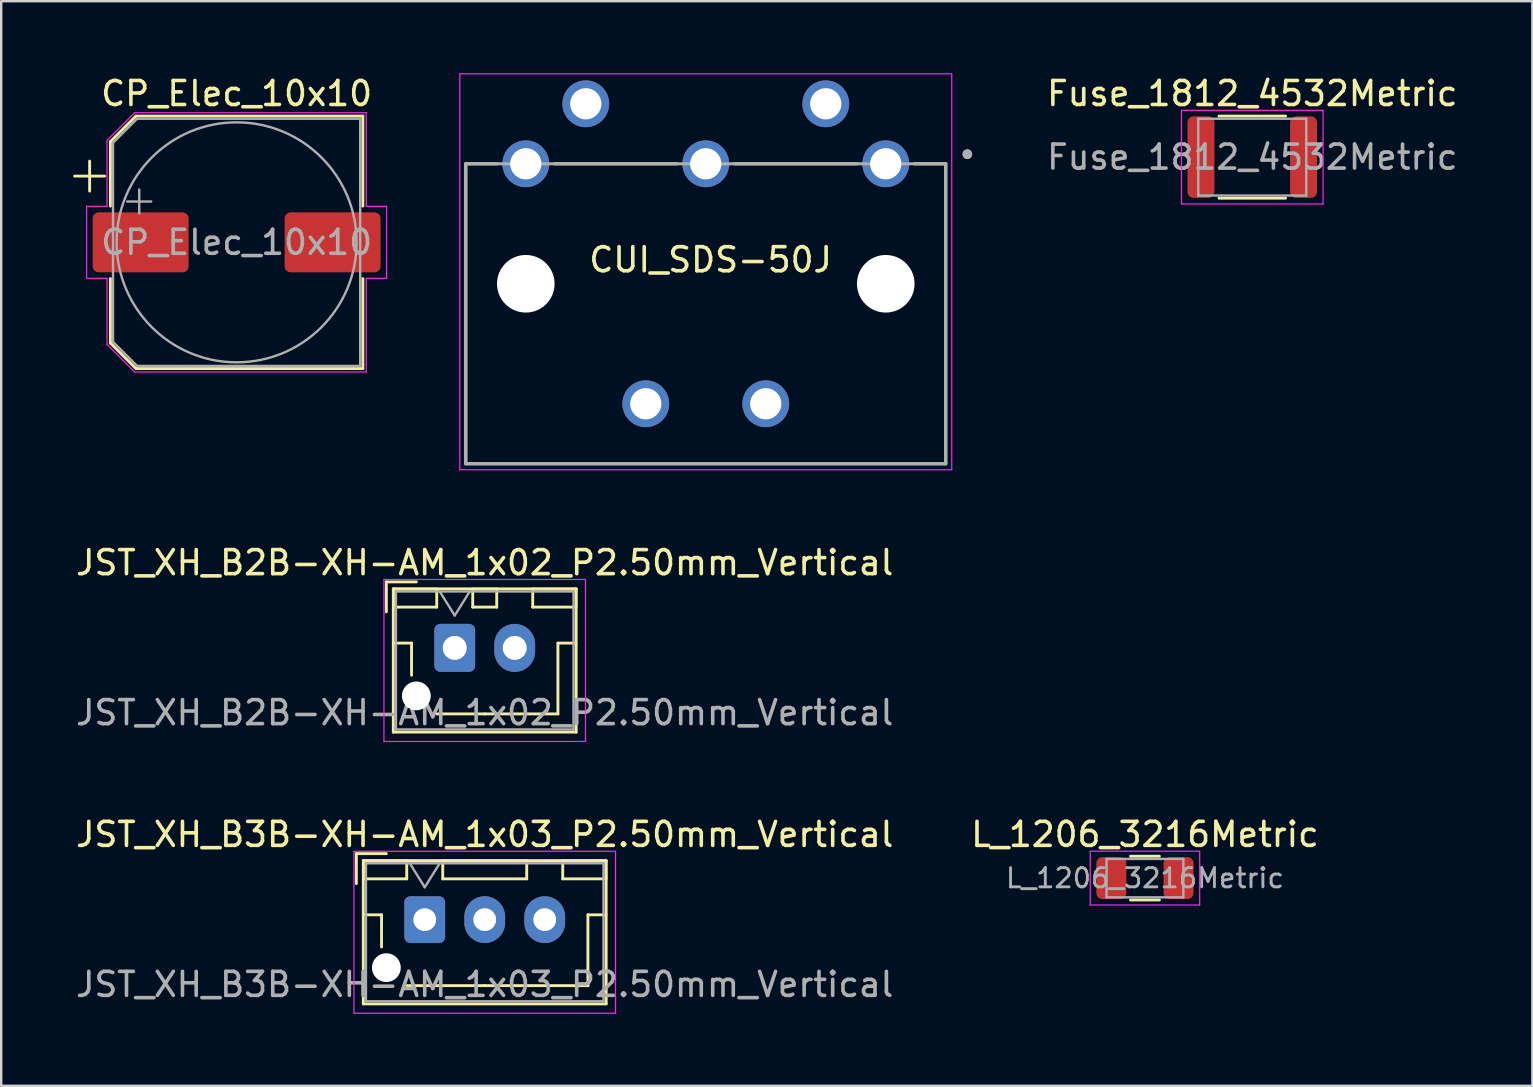
<source format=kicad_pcb>
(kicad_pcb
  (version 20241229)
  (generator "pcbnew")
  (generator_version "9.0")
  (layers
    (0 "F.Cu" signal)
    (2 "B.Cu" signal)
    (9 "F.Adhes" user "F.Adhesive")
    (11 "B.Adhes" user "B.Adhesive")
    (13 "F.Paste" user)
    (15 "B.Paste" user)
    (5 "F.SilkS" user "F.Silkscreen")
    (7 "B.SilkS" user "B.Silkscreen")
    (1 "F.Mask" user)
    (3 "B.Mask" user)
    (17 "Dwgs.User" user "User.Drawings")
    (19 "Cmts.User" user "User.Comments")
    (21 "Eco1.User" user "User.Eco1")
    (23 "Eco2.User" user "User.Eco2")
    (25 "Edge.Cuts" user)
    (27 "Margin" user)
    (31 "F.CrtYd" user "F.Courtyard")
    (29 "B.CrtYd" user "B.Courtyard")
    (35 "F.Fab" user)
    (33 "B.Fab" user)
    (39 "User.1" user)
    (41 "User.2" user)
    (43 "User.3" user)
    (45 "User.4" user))
  (footprint "Fuse_1812_4532Metric"
    (layer "F.Cu")
    (at 49.133 3.498)
    (property "Reference" "Fuse_1812_4532Metric" (at 0 -2.65 0) (layer "F.SilkS") (effects (font (size 1 1) (thickness 0.15))))
    (attr smd)
    (fp_line (start -1.386 -1.71) (end 1.386 -1.71) (stroke (width 0.12) (type solid)) (layer "F.SilkS"))
    (fp_line (start -1.386 1.71) (end 1.386 1.71) (stroke (width 0.12) (type solid)) (layer "F.SilkS"))
    (fp_line (start -2.95 -1.95) (end 2.95 -1.95) (stroke (width 0.05) (type solid)) (layer "F.CrtYd"))
    (fp_line (start -2.95 1.95) (end -2.95 -1.95) (stroke (width 0.05) (type solid)) (layer "F.CrtYd"))
    (fp_line (start 2.95 -1.95) (end 2.95 1.95) (stroke (width 0.05) (type solid)) (layer "F.CrtYd"))
    (fp_line (start 2.95 1.95) (end -2.95 1.95) (stroke (width 0.05) (type solid)) (layer "F.CrtYd"))
    (fp_line (start -2.25 -1.6) (end 2.25 -1.6) (stroke (width 0.1) (type solid)) (layer "F.Fab"))
    (fp_line (start -2.25 1.6) (end -2.25 -1.6) (stroke (width 0.1) (type solid)) (layer "F.Fab"))
    (fp_line (start 2.25 -1.6) (end 2.25 1.6) (stroke (width 0.1) (type solid)) (layer "F.Fab"))
    (fp_line (start 2.25 1.6) (end -2.25 1.6) (stroke (width 0.1) (type solid)) (layer "F.Fab"))
    (fp_text user "${REFERENCE}" (at 0 0 0) (layer "F.Fab") (effects (font (size 1 1) (thickness 0.15))))
    (pad "1" smd roundrect (at -2.138 0) (size 1.125 3.4) (layers "F.Cu" "F.Mask" "F.Paste") (roundrect_rratio 0.222))
    (pad "2" smd roundrect (at 2.138 0) (size 1.125 3.4) (layers "F.Cu" "F.Mask" "F.Paste") (roundrect_rratio 0.222)))
  (footprint "CP_Elec_10x10"
    (layer "F.Cu")
    (at 6.81 7.048)
    (property "Reference" "CP_Elec_10x10" (at 0 -6.2 0) (layer "F.SilkS") (effects (font (size 1 1) (thickness 0.15))))
    (attr smd)
    (fp_line (start -6.75 -2.76) (end -5.5 -2.76) (stroke (width 0.12) (type solid)) (layer "F.SilkS"))
    (fp_line (start -6.125 -3.385) (end -6.125 -2.135) (stroke (width 0.12) (type solid)) (layer "F.SilkS"))
    (fp_line (start -5.26 -4.196) (end -5.26 -1.51) (stroke (width 0.12) (type solid)) (layer "F.SilkS"))
    (fp_line (start -5.26 -4.196) (end -4.196 -5.26) (stroke (width 0.12) (type solid)) (layer "F.SilkS"))
    (fp_line (start -5.26 4.196) (end -5.26 1.51) (stroke (width 0.12) (type solid)) (layer "F.SilkS"))
    (fp_line (start -5.26 4.196) (end -4.196 5.26) (stroke (width 0.12) (type solid)) (layer "F.SilkS"))
    (fp_line (start -4.196 -5.26) (end 5.26 -5.26) (stroke (width 0.12) (type solid)) (layer "F.SilkS"))
    (fp_line (start -4.196 5.26) (end 5.26 5.26) (stroke (width 0.12) (type solid)) (layer "F.SilkS"))
    (fp_line (start 5.26 -5.26) (end 5.26 -1.51) (stroke (width 0.12) (type solid)) (layer "F.SilkS"))
    (fp_line (start 5.26 5.26) (end 5.26 1.51) (stroke (width 0.12) (type solid)) (layer "F.SilkS"))
    (fp_line (start -6.25 -1.5) (end -6.25 1.5) (stroke (width 0.05) (type solid)) (layer "F.CrtYd"))
    (fp_line (start -6.25 1.5) (end -5.4 1.5) (stroke (width 0.05) (type solid)) (layer "F.CrtYd"))
    (fp_line (start -5.4 -4.25) (end -5.4 -1.5) (stroke (width 0.05) (type solid)) (layer "F.CrtYd"))
    (fp_line (start -5.4 -4.25) (end -4.25 -5.4) (stroke (width 0.05) (type solid)) (layer "F.CrtYd"))
    (fp_line (start -5.4 -1.5) (end -6.25 -1.5) (stroke (width 0.05) (type solid)) (layer "F.CrtYd"))
    (fp_line (start -5.4 1.5) (end -5.4 4.25) (stroke (width 0.05) (type solid)) (layer "F.CrtYd"))
    (fp_line (start -5.4 4.25) (end -4.25 5.4) (stroke (width 0.05) (type solid)) (layer "F.CrtYd"))
    (fp_line (start -4.25 -5.4) (end 5.4 -5.4) (stroke (width 0.05) (type solid)) (layer "F.CrtYd"))
    (fp_line (start -4.25 5.4) (end 5.4 5.4) (stroke (width 0.05) (type solid)) (layer "F.CrtYd"))
    (fp_line (start 5.4 -5.4) (end 5.4 -1.5) (stroke (width 0.05) (type solid)) (layer "F.CrtYd"))
    (fp_line (start 5.4 -1.5) (end 6.25 -1.5) (stroke (width 0.05) (type solid)) (layer "F.CrtYd"))
    (fp_line (start 5.4 1.5) (end 5.4 5.4) (stroke (width 0.05) (type solid)) (layer "F.CrtYd"))
    (fp_line (start 6.25 -1.5) (end 6.25 1.5) (stroke (width 0.05) (type solid)) (layer "F.CrtYd"))
    (fp_line (start 6.25 1.5) (end 5.4 1.5) (stroke (width 0.05) (type solid)) (layer "F.CrtYd"))
    (fp_line (start -5.15 -4.15) (end -5.15 4.15) (stroke (width 0.1) (type solid)) (layer "F.Fab"))
    (fp_line (start -5.15 -4.15) (end -4.15 -5.15) (stroke (width 0.1) (type solid)) (layer "F.Fab"))
    (fp_line (start -5.15 4.15) (end -4.15 5.15) (stroke (width 0.1) (type solid)) (layer "F.Fab"))
    (fp_line (start -4.558 -1.7) (end -3.558 -1.7) (stroke (width 0.1) (type solid)) (layer "F.Fab"))
    (fp_line (start -4.15 -5.15) (end 5.15 -5.15) (stroke (width 0.1) (type solid)) (layer "F.Fab"))
    (fp_line (start -4.15 5.15) (end 5.15 5.15) (stroke (width 0.1) (type solid)) (layer "F.Fab"))
    (fp_line (start -4.058 -2.2) (end -4.058 -1.2) (stroke (width 0.1) (type solid)) (layer "F.Fab"))
    (fp_line (start 5.15 -5.15) (end 5.15 5.15) (stroke (width 0.1) (type solid)) (layer "F.Fab"))
    (fp_circle (center 0 0) (end 5 0) (stroke (width 0.1) (type solid)) (fill no) (layer "F.Fab"))
    (fp_text user "${REFERENCE}" (at 0 0 0) (layer "F.Fab") (effects (font (size 1 1) (thickness 0.15))))
    (pad "1" smd roundrect (at -4 0) (size 4 2.5) (layers "F.Cu" "F.Mask" "F.Paste") (roundrect_rratio 0.1))
    (pad "2" smd roundrect (at 4 0) (size 4 2.5) (layers "F.Cu" "F.Mask" "F.Paste") (roundrect_rratio 0.1)))
  (footprint "JST_XH_B3B-XH-AM_1x03_P2.50mm_Vertical"
    (layer "F.Cu")
    (at 14.649 35.272)
    (property "Reference" "JST_XH_B3B-XH-AM_1x03_P2.50mm_Vertical" (at 2.5 -3.55 0) (layer "F.SilkS") (effects (font (size 1 1) (thickness 0.15))))
    (attr through_hole)
    (fp_line (start -2.85 -2.75) (end -2.85 -1.5) (stroke (width 0.12) (type solid)) (layer "F.SilkS"))
    (fp_line (start -2.56 -2.46) (end -2.56 3.51) (stroke (width 0.12) (type solid)) (layer "F.SilkS"))
    (fp_line (start -2.56 3.51) (end 7.56 3.51) (stroke (width 0.12) (type solid)) (layer "F.SilkS"))
    (fp_line (start -2.55 -2.45) (end -2.55 -1.7) (stroke (width 0.12) (type solid)) (layer "F.SilkS"))
    (fp_line (start -2.55 -1.7) (end -0.75 -1.7) (stroke (width 0.12) (type solid)) (layer "F.SilkS"))
    (fp_line (start -2.55 -0.2) (end -1.8 -0.2) (stroke (width 0.12) (type solid)) (layer "F.SilkS"))
    (fp_line (start -1.8 -0.2) (end -1.8 1.14) (stroke (width 0.12) (type solid)) (layer "F.SilkS"))
    (fp_line (start -1.6 -2.75) (end -2.85 -2.75) (stroke (width 0.12) (type solid)) (layer "F.SilkS"))
    (fp_line (start -0.75 -2.45) (end -2.55 -2.45) (stroke (width 0.12) (type solid)) (layer "F.SilkS"))
    (fp_line (start -0.75 -1.7) (end -0.75 -2.45) (stroke (width 0.12) (type solid)) (layer "F.SilkS"))
    (fp_line (start 0.75 -2.45) (end 0.75 -1.7) (stroke (width 0.12) (type solid)) (layer "F.SilkS"))
    (fp_line (start 0.75 -1.7) (end 4.25 -1.7) (stroke (width 0.12) (type solid)) (layer "F.SilkS"))
    (fp_line (start 2.5 2.75) (end -0.74 2.75) (stroke (width 0.12) (type solid)) (layer "F.SilkS"))
    (fp_line (start 4.25 -2.45) (end 0.75 -2.45) (stroke (width 0.12) (type solid)) (layer "F.SilkS"))
    (fp_line (start 4.25 -1.7) (end 4.25 -2.45) (stroke (width 0.12) (type solid)) (layer "F.SilkS"))
    (fp_line (start 5.75 -2.45) (end 5.75 -1.7) (stroke (width 0.12) (type solid)) (layer "F.SilkS"))
    (fp_line (start 5.75 -1.7) (end 7.55 -1.7) (stroke (width 0.12) (type solid)) (layer "F.SilkS"))
    (fp_line (start 6.8 -0.2) (end 6.8 2.75) (stroke (width 0.12) (type solid)) (layer "F.SilkS"))
    (fp_line (start 6.8 2.75) (end 2.5 2.75) (stroke (width 0.12) (type solid)) (layer "F.SilkS"))
    (fp_line (start 7.55 -2.45) (end 5.75 -2.45) (stroke (width 0.12) (type solid)) (layer "F.SilkS"))
    (fp_line (start 7.55 -1.7) (end 7.55 -2.45) (stroke (width 0.12) (type solid)) (layer "F.SilkS"))
    (fp_line (start 7.55 -0.2) (end 6.8 -0.2) (stroke (width 0.12) (type solid)) (layer "F.SilkS"))
    (fp_line (start 7.56 -2.46) (end -2.56 -2.46) (stroke (width 0.12) (type solid)) (layer "F.SilkS"))
    (fp_line (start 7.56 3.51) (end 7.56 -2.46) (stroke (width 0.12) (type solid)) (layer "F.SilkS"))
    (fp_line (start -2.95 -2.85) (end -2.95 3.9) (stroke (width 0.05) (type solid)) (layer "F.CrtYd"))
    (fp_line (start -2.95 3.9) (end 7.95 3.9) (stroke (width 0.05) (type solid)) (layer "F.CrtYd"))
    (fp_line (start 7.95 -2.85) (end -2.95 -2.85) (stroke (width 0.05) (type solid)) (layer "F.CrtYd"))
    (fp_line (start 7.95 3.9) (end 7.95 -2.85) (stroke (width 0.05) (type solid)) (layer "F.CrtYd"))
    (fp_line (start -2.45 -2.35) (end -2.45 3.4) (stroke (width 0.1) (type solid)) (layer "F.Fab"))
    (fp_line (start -2.45 3.4) (end 7.45 3.4) (stroke (width 0.1) (type solid)) (layer "F.Fab"))
    (fp_line (start -0.625 -2.35) (end 0 -1.35) (stroke (width 0.1) (type solid)) (layer "F.Fab"))
    (fp_line (start 0 -1.35) (end 0.625 -2.35) (stroke (width 0.1) (type solid)) (layer "F.Fab"))
    (fp_line (start 7.45 -2.35) (end -2.45 -2.35) (stroke (width 0.1) (type solid)) (layer "F.Fab"))
    (fp_line (start 7.45 3.4) (end 7.45 -2.35) (stroke (width 0.1) (type solid)) (layer "F.Fab"))
    (fp_text user "${REFERENCE}" (at 2.5 2.7 0) (layer "F.Fab") (effects (font (size 1 1) (thickness 0.15))))
    (pad "" np_thru_hole circle (at -1.6 2) (size 1.2 1.2) (drill 1.2) (layers "*.Cu" "*.Mask"))
    (pad "1" thru_hole roundrect (at 0 0) (size 1.7 1.95) (drill 0.95) (layers "*.Cu" "*.Mask") (roundrect_rratio 0.147))
    (pad "2" thru_hole oval (at 2.5 0) (size 1.7 1.95) (drill 0.95) (layers "*.Cu" "*.Mask"))
    (pad "3" thru_hole oval (at 5 0) (size 1.7 1.95) (drill 0.95) (layers "*.Cu" "*.Mask")))
  (footprint "L_1206_3216Metric"
    (layer "F.Cu")
    (at 44.661 33.541)
    (property "Reference" "L_1206_3216Metric" (at 0 -1.82 0) (layer "F.SilkS") (effects (font (size 1 1) (thickness 0.15))))
    (attr smd)
    (fp_line (start -0.602 -0.91) (end 0.602 -0.91) (stroke (width 0.12) (type solid)) (layer "F.SilkS"))
    (fp_line (start -0.602 0.91) (end 0.602 0.91) (stroke (width 0.12) (type solid)) (layer "F.SilkS"))
    (fp_line (start -2.28 -1.12) (end 2.28 -1.12) (stroke (width 0.05) (type solid)) (layer "F.CrtYd"))
    (fp_line (start -2.28 1.12) (end -2.28 -1.12) (stroke (width 0.05) (type solid)) (layer "F.CrtYd"))
    (fp_line (start 2.28 -1.12) (end 2.28 1.12) (stroke (width 0.05) (type solid)) (layer "F.CrtYd"))
    (fp_line (start 2.28 1.12) (end -2.28 1.12) (stroke (width 0.05) (type solid)) (layer "F.CrtYd"))
    (fp_line (start -1.6 -0.8) (end 1.6 -0.8) (stroke (width 0.1) (type solid)) (layer "F.Fab"))
    (fp_line (start -1.6 0.8) (end -1.6 -0.8) (stroke (width 0.1) (type solid)) (layer "F.Fab"))
    (fp_line (start 1.6 -0.8) (end 1.6 0.8) (stroke (width 0.1) (type solid)) (layer "F.Fab"))
    (fp_line (start 1.6 0.8) (end -1.6 0.8) (stroke (width 0.1) (type solid)) (layer "F.Fab"))
    (fp_text user "${REFERENCE}" (at 0 0 0) (layer "F.Fab") (effects (font (size 0.8 0.8) (thickness 0.12))))
    (pad "1" smd roundrect (at -1.4 0) (size 1.25 1.75) (layers "F.Cu" "F.Mask" "F.Paste") (roundrect_rratio 0.2))
    (pad "2" smd roundrect (at 1.4 0) (size 1.25 1.75) (layers "F.Cu" "F.Mask" "F.Paste") (roundrect_rratio 0.2)))
  (footprint "JST_XH_B2B-XH-AM_1x02_P2.50mm_Vertical"
    (layer "F.Cu")
    (at 15.899 23.948)
    (property "Reference" "JST_XH_B2B-XH-AM_1x02_P2.50mm_Vertical" (at 1.25 -3.55 0) (layer "F.SilkS") (effects (font (size 1 1) (thickness 0.15))))
    (attr through_hole)
    (fp_line (start -2.85 -2.75) (end -2.85 -1.5) (stroke (width 0.12) (type solid)) (layer "F.SilkS"))
    (fp_line (start -2.56 -2.46) (end -2.56 3.51) (stroke (width 0.12) (type solid)) (layer "F.SilkS"))
    (fp_line (start -2.56 3.51) (end 5.06 3.51) (stroke (width 0.12) (type solid)) (layer "F.SilkS"))
    (fp_line (start -2.55 -2.45) (end -2.55 -1.7) (stroke (width 0.12) (type solid)) (layer "F.SilkS"))
    (fp_line (start -2.55 -1.7) (end -0.75 -1.7) (stroke (width 0.12) (type solid)) (layer "F.SilkS"))
    (fp_line (start -2.55 -0.2) (end -1.8 -0.2) (stroke (width 0.12) (type solid)) (layer "F.SilkS"))
    (fp_line (start -1.8 -0.2) (end -1.8 1.14) (stroke (width 0.12) (type solid)) (layer "F.SilkS"))
    (fp_line (start -1.6 -2.75) (end -2.85 -2.75) (stroke (width 0.12) (type solid)) (layer "F.SilkS"))
    (fp_line (start -0.75 -2.45) (end -2.55 -2.45) (stroke (width 0.12) (type solid)) (layer "F.SilkS"))
    (fp_line (start -0.75 -1.7) (end -0.75 -2.45) (stroke (width 0.12) (type solid)) (layer "F.SilkS"))
    (fp_line (start 0.75 -2.45) (end 0.75 -1.7) (stroke (width 0.12) (type solid)) (layer "F.SilkS"))
    (fp_line (start 0.75 -1.7) (end 1.75 -1.7) (stroke (width 0.12) (type solid)) (layer "F.SilkS"))
    (fp_line (start 1.25 2.75) (end -0.74 2.75) (stroke (width 0.12) (type solid)) (layer "F.SilkS"))
    (fp_line (start 1.75 -2.45) (end 0.75 -2.45) (stroke (width 0.12) (type solid)) (layer "F.SilkS"))
    (fp_line (start 1.75 -1.7) (end 1.75 -2.45) (stroke (width 0.12) (type solid)) (layer "F.SilkS"))
    (fp_line (start 3.25 -2.45) (end 3.25 -1.7) (stroke (width 0.12) (type solid)) (layer "F.SilkS"))
    (fp_line (start 3.25 -1.7) (end 5.05 -1.7) (stroke (width 0.12) (type solid)) (layer "F.SilkS"))
    (fp_line (start 4.3 -0.2) (end 4.3 2.75) (stroke (width 0.12) (type solid)) (layer "F.SilkS"))
    (fp_line (start 4.3 2.75) (end 1.25 2.75) (stroke (width 0.12) (type solid)) (layer "F.SilkS"))
    (fp_line (start 5.05 -2.45) (end 3.25 -2.45) (stroke (width 0.12) (type solid)) (layer "F.SilkS"))
    (fp_line (start 5.05 -1.7) (end 5.05 -2.45) (stroke (width 0.12) (type solid)) (layer "F.SilkS"))
    (fp_line (start 5.05 -0.2) (end 4.3 -0.2) (stroke (width 0.12) (type solid)) (layer "F.SilkS"))
    (fp_line (start 5.06 -2.46) (end -2.56 -2.46) (stroke (width 0.12) (type solid)) (layer "F.SilkS"))
    (fp_line (start 5.06 3.51) (end 5.06 -2.46) (stroke (width 0.12) (type solid)) (layer "F.SilkS"))
    (fp_line (start -2.95 -2.85) (end -2.95 3.9) (stroke (width 0.05) (type solid)) (layer "F.CrtYd"))
    (fp_line (start -2.95 3.9) (end 5.45 3.9) (stroke (width 0.05) (type solid)) (layer "F.CrtYd"))
    (fp_line (start 5.45 -2.85) (end -2.95 -2.85) (stroke (width 0.05) (type solid)) (layer "F.CrtYd"))
    (fp_line (start 5.45 3.9) (end 5.45 -2.85) (stroke (width 0.05) (type solid)) (layer "F.CrtYd"))
    (fp_line (start -2.45 -2.35) (end -2.45 3.4) (stroke (width 0.1) (type solid)) (layer "F.Fab"))
    (fp_line (start -2.45 3.4) (end 4.95 3.4) (stroke (width 0.1) (type solid)) (layer "F.Fab"))
    (fp_line (start -0.625 -2.35) (end 0 -1.35) (stroke (width 0.1) (type solid)) (layer "F.Fab"))
    (fp_line (start 0 -1.35) (end 0.625 -2.35) (stroke (width 0.1) (type solid)) (layer "F.Fab"))
    (fp_line (start 4.95 -2.35) (end -2.45 -2.35) (stroke (width 0.1) (type solid)) (layer "F.Fab"))
    (fp_line (start 4.95 3.4) (end 4.95 -2.35) (stroke (width 0.1) (type solid)) (layer "F.Fab"))
    (fp_text user "${REFERENCE}" (at 1.25 2.7 0) (layer "F.Fab") (effects (font (size 1 1) (thickness 0.15))))
    (pad "" np_thru_hole circle (at -1.6 2) (size 1.2 1.2) (drill 1.2) (layers "*.Cu" "*.Mask"))
    (pad "1" thru_hole roundrect (at 0 0) (size 1.7 2) (drill 1) (layers "*.Cu" "*.Mask") (roundrect_rratio 0.147))
    (pad "2" thru_hole oval (at 2.5 0) (size 1.7 2) (drill 1) (layers "*.Cu" "*.Mask")))
  (footprint "CUI_SDS-50J"
    (layer "F.Cu")
    (at 26.36 3.775)
    (property "Reference" "CUI_SDS-50J" (at 0.2 4 0) (layer "F.SilkS") (effects (font (size 1.001 1.001) (thickness 0.15))))
    (attr through_hole)
    (fp_line (start -10 0) (end -10 12.5) (stroke (width 0.127) (type solid)) (layer "F.SilkS"))
    (fp_line (start -10 0) (end -8.7 0) (stroke (width 0.127) (type solid)) (layer "F.SilkS"))
    (fp_line (start -10 12.5) (end 10 12.5) (stroke (width 0.127) (type solid)) (layer "F.SilkS"))
    (fp_line (start -6.3 0) (end -1.2 0) (stroke (width 0.127) (type solid)) (layer "F.SilkS"))
    (fp_line (start 1.2 0) (end 6.3 0) (stroke (width 0.127) (type solid)) (layer "F.SilkS"))
    (fp_line (start 10 0) (end 8.7 0) (stroke (width 0.127) (type solid)) (layer "F.SilkS"))
    (fp_line (start 10 12.5) (end 10 0) (stroke (width 0.127) (type solid)) (layer "F.SilkS"))
    (fp_circle (center 10.9 -0.4) (end 11 -0.4) (stroke (width 0.2) (type solid)) (fill no) (layer "F.SilkS"))
    (fp_line (start -10.25 -3.75) (end 10.25 -3.75) (stroke (width 0.05) (type solid)) (layer "F.CrtYd"))
    (fp_line (start -10.25 12.75) (end -10.25 -3.75) (stroke (width 0.05) (type solid)) (layer "F.CrtYd"))
    (fp_line (start 10.25 -3.75) (end 10.25 12.75) (stroke (width 0.05) (type solid)) (layer "F.CrtYd"))
    (fp_line (start 10.25 12.75) (end -10.25 12.75) (stroke (width 0.05) (type solid)) (layer "F.CrtYd"))
    (fp_line (start -10 0) (end -10 12.5) (stroke (width 0.127) (type solid)) (layer "F.Fab"))
    (fp_line (start -10 12.5) (end 10 12.5) (stroke (width 0.127) (type solid)) (layer "F.Fab"))
    (fp_line (start 10 0) (end -10 0) (stroke (width 0.127) (type solid)) (layer "F.Fab"))
    (fp_line (start 10 12.5) (end 10 0) (stroke (width 0.127) (type solid)) (layer "F.Fab"))
    (fp_circle (center 10.9 -0.4) (end 11 -0.4) (stroke (width 0.2) (type solid)) (fill no) (layer "F.Fab"))
    (pad "" np_thru_hole circle (at -7.5 5) (size 2.4 2.4) (drill 2.4) (layers "*.Cu" "*.Mask"))
    (pad "" np_thru_hole circle (at 7.5 5) (size 2.4 2.4) (drill 2.4) (layers "*.Cu" "*.Mask"))
    (pad "1" thru_hole circle (at 7.5 0) (size 1.95 1.95) (drill 1.3) (layers "*.Cu" "*.Mask"))
    (pad "2" thru_hole circle (at 0 0) (size 1.95 1.95) (drill 1.3) (layers "*.Cu" "*.Mask"))
    (pad "3" thru_hole circle (at -7.5 0) (size 1.95 1.95) (drill 1.3) (layers "*.Cu" "*.Mask"))
    (pad "4" thru_hole circle (at 5 -2.5) (size 1.95 1.95) (drill 1.3) (layers "*.Cu" "*.Mask"))
    (pad "5" thru_hole circle (at -5 -2.5) (size 1.95 1.95) (drill 1.3) (layers "*.Cu" "*.Mask"))
    (pad "S1" thru_hole circle (at -2.5 10) (size 1.95 1.95) (drill 1.3) (layers "*.Cu" "*.Mask"))
    (pad "S2" thru_hole circle (at 2.5 10) (size 1.95 1.95) (drill 1.3) (layers "*.Cu" "*.Mask")))
  (gr_rect
    (start -3 -3)
    (end 60.805 42.197)
    (stroke (width 0.1) (type default))
    (fill no)
    (layer "Edge.Cuts")))
</source>
